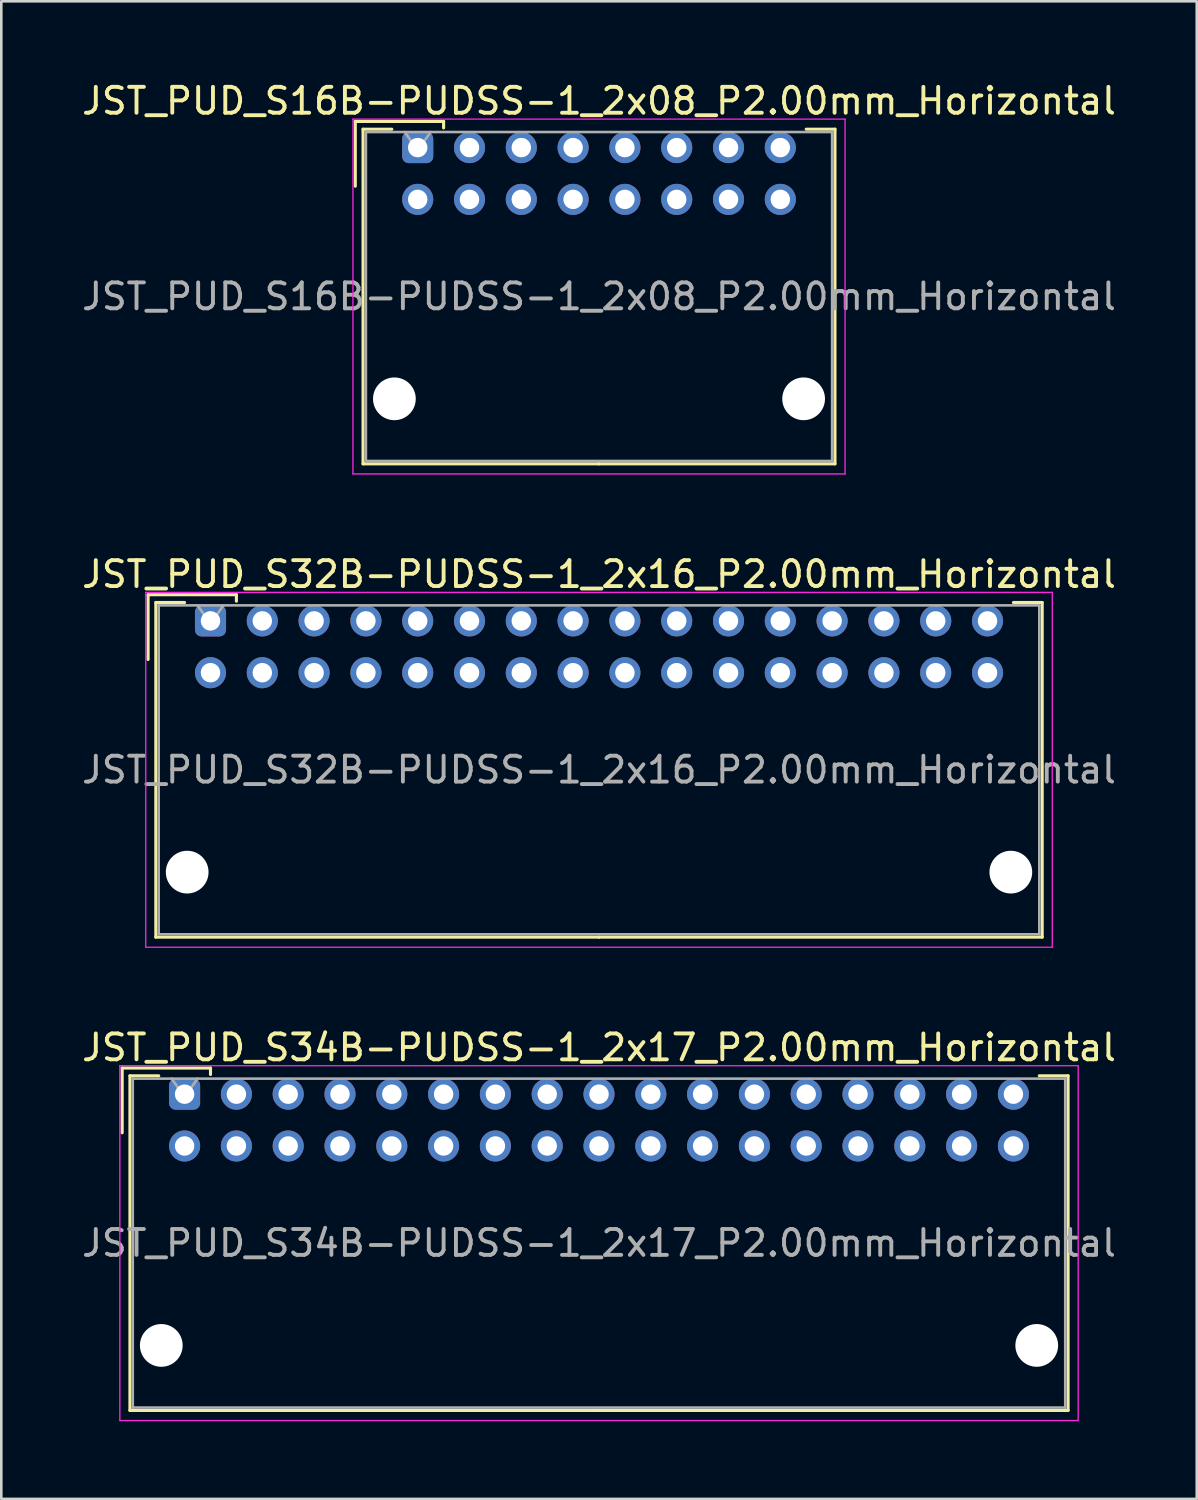
<source format=kicad_pcb>
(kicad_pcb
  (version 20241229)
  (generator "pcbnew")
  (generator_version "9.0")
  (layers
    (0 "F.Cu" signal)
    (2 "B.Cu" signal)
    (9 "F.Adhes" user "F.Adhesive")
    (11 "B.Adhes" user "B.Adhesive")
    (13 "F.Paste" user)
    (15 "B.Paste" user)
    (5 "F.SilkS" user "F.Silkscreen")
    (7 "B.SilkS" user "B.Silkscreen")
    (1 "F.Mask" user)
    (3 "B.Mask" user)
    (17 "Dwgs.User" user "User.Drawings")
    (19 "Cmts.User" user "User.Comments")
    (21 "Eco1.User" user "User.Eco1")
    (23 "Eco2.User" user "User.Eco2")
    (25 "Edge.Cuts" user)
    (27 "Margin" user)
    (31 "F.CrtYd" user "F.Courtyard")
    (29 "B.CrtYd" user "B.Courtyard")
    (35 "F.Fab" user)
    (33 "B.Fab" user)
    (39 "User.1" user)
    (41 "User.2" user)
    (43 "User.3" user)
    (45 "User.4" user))
  (footprint "JST_PUD_S34B-PUDSS-1_2x17_P2.00mm_Horizontal"
    (layer "F.Cu")
    (at 4.077 39.195)
    (property "Reference" "JST_PUD_S34B-PUDSS-1_2x17_P2.00mm_Horizontal" (at 16 -1.8 0) (layer "F.SilkS") (effects (font (size 1 1) (thickness 0.15))))
    (attr through_hole)
    (fp_line (start -2.41 -1.01) (end -2.41 1.49) (stroke (width 0.12) (type solid)) (layer "F.SilkS"))
    (fp_line (start -2.11 -0.71) (end -2.11 12.21) (stroke (width 0.12) (type solid)) (layer "F.SilkS"))
    (fp_line (start -2.11 12.21) (end 16 12.21) (stroke (width 0.12) (type solid)) (layer "F.SilkS"))
    (fp_line (start -1 -0.71) (end -2.11 -0.71) (stroke (width 0.12) (type solid)) (layer "F.SilkS"))
    (fp_line (start 1 -1.01) (end -2.41 -1.01) (stroke (width 0.12) (type solid)) (layer "F.SilkS"))
    (fp_line (start 1 -0.76) (end 1 -1.01) (stroke (width 0.12) (type solid)) (layer "F.SilkS"))
    (fp_line (start 33 -0.71) (end 34.11 -0.71) (stroke (width 0.12) (type solid)) (layer "F.SilkS"))
    (fp_line (start 34.11 -0.71) (end 34.11 12.21) (stroke (width 0.12) (type solid)) (layer "F.SilkS"))
    (fp_line (start 34.11 12.21) (end 16 12.21) (stroke (width 0.12) (type solid)) (layer "F.SilkS"))
    (fp_line (start -2.5 -1.1) (end -2.5 12.6) (stroke (width 0.05) (type solid)) (layer "F.CrtYd"))
    (fp_line (start -2.5 12.6) (end 34.5 12.6) (stroke (width 0.05) (type solid)) (layer "F.CrtYd"))
    (fp_line (start 34.5 -1.1) (end -2.5 -1.1) (stroke (width 0.05) (type solid)) (layer "F.CrtYd"))
    (fp_line (start 34.5 12.6) (end 34.5 -1.1) (stroke (width 0.05) (type solid)) (layer "F.CrtYd"))
    (fp_line (start -2 -0.6) (end -2 12.1) (stroke (width 0.1) (type solid)) (layer "F.Fab"))
    (fp_line (start -2 12.1) (end 34 12.1) (stroke (width 0.1) (type solid)) (layer "F.Fab"))
    (fp_line (start 0 0.107) (end -0.5 -0.6) (stroke (width 0.1) (type solid)) (layer "F.Fab"))
    (fp_line (start 0.5 -0.6) (end 0 0.107) (stroke (width 0.1) (type solid)) (layer "F.Fab"))
    (fp_line (start 34 -0.6) (end -2 -0.6) (stroke (width 0.1) (type solid)) (layer "F.Fab"))
    (fp_line (start 34 12.1) (end 34 -0.6) (stroke (width 0.1) (type solid)) (layer "F.Fab"))
    (fp_text user "${REFERENCE}" (at 16 5.75 0) (layer "F.Fab") (effects (font (size 1 1) (thickness 0.15))))
    (pad "" np_thru_hole circle (at -0.9 9.7) (size 1.65 1.65) (drill 1.65) (layers "*.Cu" "*.Mask"))
    (pad "" np_thru_hole circle (at 32.9 9.7) (size 1.65 1.65) (drill 1.65) (layers "*.Cu" "*.Mask"))
    (pad "1" thru_hole roundrect (at 0 0) (size 1.2 1.2) (drill 0.75) (layers "*.Cu" "*.Mask") (roundrect_rratio 0.208))
    (pad "2" thru_hole circle (at 0 2) (size 1.2 1.2) (drill 0.75) (layers "*.Cu" "*.Mask"))
    (pad "3" thru_hole circle (at 2 0) (size 1.2 1.2) (drill 0.75) (layers "*.Cu" "*.Mask"))
    (pad "4" thru_hole circle (at 2 2) (size 1.2 1.2) (drill 0.75) (layers "*.Cu" "*.Mask"))
    (pad "5" thru_hole circle (at 4 0) (size 1.2 1.2) (drill 0.75) (layers "*.Cu" "*.Mask"))
    (pad "6" thru_hole circle (at 4 2) (size 1.2 1.2) (drill 0.75) (layers "*.Cu" "*.Mask"))
    (pad "7" thru_hole circle (at 6 0) (size 1.2 1.2) (drill 0.75) (layers "*.Cu" "*.Mask"))
    (pad "8" thru_hole circle (at 6 2) (size 1.2 1.2) (drill 0.75) (layers "*.Cu" "*.Mask"))
    (pad "9" thru_hole circle (at 8 0) (size 1.2 1.2) (drill 0.75) (layers "*.Cu" "*.Mask"))
    (pad "10" thru_hole circle (at 8 2) (size 1.2 1.2) (drill 0.75) (layers "*.Cu" "*.Mask"))
    (pad "11" thru_hole circle (at 10 0) (size 1.2 1.2) (drill 0.75) (layers "*.Cu" "*.Mask"))
    (pad "12" thru_hole circle (at 10 2) (size 1.2 1.2) (drill 0.75) (layers "*.Cu" "*.Mask"))
    (pad "13" thru_hole circle (at 12 0) (size 1.2 1.2) (drill 0.75) (layers "*.Cu" "*.Mask"))
    (pad "14" thru_hole circle (at 12 2) (size 1.2 1.2) (drill 0.75) (layers "*.Cu" "*.Mask"))
    (pad "15" thru_hole circle (at 14 0) (size 1.2 1.2) (drill 0.75) (layers "*.Cu" "*.Mask"))
    (pad "16" thru_hole circle (at 14 2) (size 1.2 1.2) (drill 0.75) (layers "*.Cu" "*.Mask"))
    (pad "17" thru_hole circle (at 16 0) (size 1.2 1.2) (drill 0.75) (layers "*.Cu" "*.Mask"))
    (pad "18" thru_hole circle (at 16 2) (size 1.2 1.2) (drill 0.75) (layers "*.Cu" "*.Mask"))
    (pad "19" thru_hole circle (at 18 0) (size 1.2 1.2) (drill 0.75) (layers "*.Cu" "*.Mask"))
    (pad "20" thru_hole circle (at 18 2) (size 1.2 1.2) (drill 0.75) (layers "*.Cu" "*.Mask"))
    (pad "21" thru_hole circle (at 20 0) (size 1.2 1.2) (drill 0.75) (layers "*.Cu" "*.Mask"))
    (pad "22" thru_hole circle (at 20 2) (size 1.2 1.2) (drill 0.75) (layers "*.Cu" "*.Mask"))
    (pad "23" thru_hole circle (at 22 0) (size 1.2 1.2) (drill 0.75) (layers "*.Cu" "*.Mask"))
    (pad "24" thru_hole circle (at 22 2) (size 1.2 1.2) (drill 0.75) (layers "*.Cu" "*.Mask"))
    (pad "25" thru_hole circle (at 24 0) (size 1.2 1.2) (drill 0.75) (layers "*.Cu" "*.Mask"))
    (pad "26" thru_hole circle (at 24 2) (size 1.2 1.2) (drill 0.75) (layers "*.Cu" "*.Mask"))
    (pad "27" thru_hole circle (at 26 0) (size 1.2 1.2) (drill 0.75) (layers "*.Cu" "*.Mask"))
    (pad "28" thru_hole circle (at 26 2) (size 1.2 1.2) (drill 0.75) (layers "*.Cu" "*.Mask"))
    (pad "29" thru_hole circle (at 28 0) (size 1.2 1.2) (drill 0.75) (layers "*.Cu" "*.Mask"))
    (pad "30" thru_hole circle (at 28 2) (size 1.2 1.2) (drill 0.75) (layers "*.Cu" "*.Mask"))
    (pad "31" thru_hole circle (at 30 0) (size 1.2 1.2) (drill 0.75) (layers "*.Cu" "*.Mask"))
    (pad "32" thru_hole circle (at 30 2) (size 1.2 1.2) (drill 0.75) (layers "*.Cu" "*.Mask"))
    (pad "33" thru_hole circle (at 32 0) (size 1.2 1.2) (drill 0.75) (layers "*.Cu" "*.Mask"))
    (pad "34" thru_hole circle (at 32 2) (size 1.2 1.2) (drill 0.75) (layers "*.Cu" "*.Mask")))
  (footprint "JST_PUD_S32B-PUDSS-1_2x16_P2.00mm_Horizontal"
    (layer "F.Cu")
    (at 5.077 20.922)
    (property "Reference" "JST_PUD_S32B-PUDSS-1_2x16_P2.00mm_Horizontal" (at 15 -1.8 0) (layer "F.SilkS") (effects (font (size 1 1) (thickness 0.15))))
    (attr through_hole)
    (fp_line (start -2.41 -1.01) (end -2.41 1.49) (stroke (width 0.12) (type solid)) (layer "F.SilkS"))
    (fp_line (start -2.11 -0.71) (end -2.11 12.21) (stroke (width 0.12) (type solid)) (layer "F.SilkS"))
    (fp_line (start -2.11 12.21) (end 15 12.21) (stroke (width 0.12) (type solid)) (layer "F.SilkS"))
    (fp_line (start -1 -0.71) (end -2.11 -0.71) (stroke (width 0.12) (type solid)) (layer "F.SilkS"))
    (fp_line (start 1 -1.01) (end -2.41 -1.01) (stroke (width 0.12) (type solid)) (layer "F.SilkS"))
    (fp_line (start 1 -0.76) (end 1 -1.01) (stroke (width 0.12) (type solid)) (layer "F.SilkS"))
    (fp_line (start 31 -0.71) (end 32.11 -0.71) (stroke (width 0.12) (type solid)) (layer "F.SilkS"))
    (fp_line (start 32.11 -0.71) (end 32.11 12.21) (stroke (width 0.12) (type solid)) (layer "F.SilkS"))
    (fp_line (start 32.11 12.21) (end 15 12.21) (stroke (width 0.12) (type solid)) (layer "F.SilkS"))
    (fp_line (start -2.5 -1.1) (end -2.5 12.6) (stroke (width 0.05) (type solid)) (layer "F.CrtYd"))
    (fp_line (start -2.5 12.6) (end 32.5 12.6) (stroke (width 0.05) (type solid)) (layer "F.CrtYd"))
    (fp_line (start 32.5 -1.1) (end -2.5 -1.1) (stroke (width 0.05) (type solid)) (layer "F.CrtYd"))
    (fp_line (start 32.5 12.6) (end 32.5 -1.1) (stroke (width 0.05) (type solid)) (layer "F.CrtYd"))
    (fp_line (start -2 -0.6) (end -2 12.1) (stroke (width 0.1) (type solid)) (layer "F.Fab"))
    (fp_line (start -2 12.1) (end 32 12.1) (stroke (width 0.1) (type solid)) (layer "F.Fab"))
    (fp_line (start 0 0.107) (end -0.5 -0.6) (stroke (width 0.1) (type solid)) (layer "F.Fab"))
    (fp_line (start 0.5 -0.6) (end 0 0.107) (stroke (width 0.1) (type solid)) (layer "F.Fab"))
    (fp_line (start 32 -0.6) (end -2 -0.6) (stroke (width 0.1) (type solid)) (layer "F.Fab"))
    (fp_line (start 32 12.1) (end 32 -0.6) (stroke (width 0.1) (type solid)) (layer "F.Fab"))
    (fp_text user "${REFERENCE}" (at 15 5.75 0) (layer "F.Fab") (effects (font (size 1 1) (thickness 0.15))))
    (pad "" np_thru_hole circle (at -0.9 9.7) (size 1.65 1.65) (drill 1.65) (layers "*.Cu" "*.Mask"))
    (pad "" np_thru_hole circle (at 30.9 9.7) (size 1.65 1.65) (drill 1.65) (layers "*.Cu" "*.Mask"))
    (pad "1" thru_hole roundrect (at 0 0) (size 1.2 1.2) (drill 0.75) (layers "*.Cu" "*.Mask") (roundrect_rratio 0.208))
    (pad "2" thru_hole circle (at 0 2) (size 1.2 1.2) (drill 0.75) (layers "*.Cu" "*.Mask"))
    (pad "3" thru_hole circle (at 2 0) (size 1.2 1.2) (drill 0.75) (layers "*.Cu" "*.Mask"))
    (pad "4" thru_hole circle (at 2 2) (size 1.2 1.2) (drill 0.75) (layers "*.Cu" "*.Mask"))
    (pad "5" thru_hole circle (at 4 0) (size 1.2 1.2) (drill 0.75) (layers "*.Cu" "*.Mask"))
    (pad "6" thru_hole circle (at 4 2) (size 1.2 1.2) (drill 0.75) (layers "*.Cu" "*.Mask"))
    (pad "7" thru_hole circle (at 6 0) (size 1.2 1.2) (drill 0.75) (layers "*.Cu" "*.Mask"))
    (pad "8" thru_hole circle (at 6 2) (size 1.2 1.2) (drill 0.75) (layers "*.Cu" "*.Mask"))
    (pad "9" thru_hole circle (at 8 0) (size 1.2 1.2) (drill 0.75) (layers "*.Cu" "*.Mask"))
    (pad "10" thru_hole circle (at 8 2) (size 1.2 1.2) (drill 0.75) (layers "*.Cu" "*.Mask"))
    (pad "11" thru_hole circle (at 10 0) (size 1.2 1.2) (drill 0.75) (layers "*.Cu" "*.Mask"))
    (pad "12" thru_hole circle (at 10 2) (size 1.2 1.2) (drill 0.75) (layers "*.Cu" "*.Mask"))
    (pad "13" thru_hole circle (at 12 0) (size 1.2 1.2) (drill 0.75) (layers "*.Cu" "*.Mask"))
    (pad "14" thru_hole circle (at 12 2) (size 1.2 1.2) (drill 0.75) (layers "*.Cu" "*.Mask"))
    (pad "15" thru_hole circle (at 14 0) (size 1.2 1.2) (drill 0.75) (layers "*.Cu" "*.Mask"))
    (pad "16" thru_hole circle (at 14 2) (size 1.2 1.2) (drill 0.75) (layers "*.Cu" "*.Mask"))
    (pad "17" thru_hole circle (at 16 0) (size 1.2 1.2) (drill 0.75) (layers "*.Cu" "*.Mask"))
    (pad "18" thru_hole circle (at 16 2) (size 1.2 1.2) (drill 0.75) (layers "*.Cu" "*.Mask"))
    (pad "19" thru_hole circle (at 18 0) (size 1.2 1.2) (drill 0.75) (layers "*.Cu" "*.Mask"))
    (pad "20" thru_hole circle (at 18 2) (size 1.2 1.2) (drill 0.75) (layers "*.Cu" "*.Mask"))
    (pad "21" thru_hole circle (at 20 0) (size 1.2 1.2) (drill 0.75) (layers "*.Cu" "*.Mask"))
    (pad "22" thru_hole circle (at 20 2) (size 1.2 1.2) (drill 0.75) (layers "*.Cu" "*.Mask"))
    (pad "23" thru_hole circle (at 22 0) (size 1.2 1.2) (drill 0.75) (layers "*.Cu" "*.Mask"))
    (pad "24" thru_hole circle (at 22 2) (size 1.2 1.2) (drill 0.75) (layers "*.Cu" "*.Mask"))
    (pad "25" thru_hole circle (at 24 0) (size 1.2 1.2) (drill 0.75) (layers "*.Cu" "*.Mask"))
    (pad "26" thru_hole circle (at 24 2) (size 1.2 1.2) (drill 0.75) (layers "*.Cu" "*.Mask"))
    (pad "27" thru_hole circle (at 26 0) (size 1.2 1.2) (drill 0.75) (layers "*.Cu" "*.Mask"))
    (pad "28" thru_hole circle (at 26 2) (size 1.2 1.2) (drill 0.75) (layers "*.Cu" "*.Mask"))
    (pad "29" thru_hole circle (at 28 0) (size 1.2 1.2) (drill 0.75) (layers "*.Cu" "*.Mask"))
    (pad "30" thru_hole circle (at 28 2) (size 1.2 1.2) (drill 0.75) (layers "*.Cu" "*.Mask"))
    (pad "31" thru_hole circle (at 30 0) (size 1.2 1.2) (drill 0.75) (layers "*.Cu" "*.Mask"))
    (pad "32" thru_hole circle (at 30 2) (size 1.2 1.2) (drill 0.75) (layers "*.Cu" "*.Mask")))
  (footprint "JST_PUD_S16B-PUDSS-1_2x08_P2.00mm_Horizontal"
    (layer "F.Cu")
    (at 13.077 2.648)
    (property "Reference" "JST_PUD_S16B-PUDSS-1_2x08_P2.00mm_Horizontal" (at 7 -1.8 0) (layer "F.SilkS") (effects (font (size 1 1) (thickness 0.15))))
    (attr through_hole)
    (fp_line (start -2.41 -1.01) (end -2.41 1.49) (stroke (width 0.12) (type solid)) (layer "F.SilkS"))
    (fp_line (start -2.11 -0.71) (end -2.11 12.21) (stroke (width 0.12) (type solid)) (layer "F.SilkS"))
    (fp_line (start -2.11 12.21) (end 7 12.21) (stroke (width 0.12) (type solid)) (layer "F.SilkS"))
    (fp_line (start -1 -0.71) (end -2.11 -0.71) (stroke (width 0.12) (type solid)) (layer "F.SilkS"))
    (fp_line (start 1 -1.01) (end -2.41 -1.01) (stroke (width 0.12) (type solid)) (layer "F.SilkS"))
    (fp_line (start 1 -0.76) (end 1 -1.01) (stroke (width 0.12) (type solid)) (layer "F.SilkS"))
    (fp_line (start 15 -0.71) (end 16.11 -0.71) (stroke (width 0.12) (type solid)) (layer "F.SilkS"))
    (fp_line (start 16.11 -0.71) (end 16.11 12.21) (stroke (width 0.12) (type solid)) (layer "F.SilkS"))
    (fp_line (start 16.11 12.21) (end 7 12.21) (stroke (width 0.12) (type solid)) (layer "F.SilkS"))
    (fp_line (start -2.5 -1.1) (end -2.5 12.6) (stroke (width 0.05) (type solid)) (layer "F.CrtYd"))
    (fp_line (start -2.5 12.6) (end 16.5 12.6) (stroke (width 0.05) (type solid)) (layer "F.CrtYd"))
    (fp_line (start 16.5 -1.1) (end -2.5 -1.1) (stroke (width 0.05) (type solid)) (layer "F.CrtYd"))
    (fp_line (start 16.5 12.6) (end 16.5 -1.1) (stroke (width 0.05) (type solid)) (layer "F.CrtYd"))
    (fp_line (start -2 -0.6) (end -2 12.1) (stroke (width 0.1) (type solid)) (layer "F.Fab"))
    (fp_line (start -2 12.1) (end 16 12.1) (stroke (width 0.1) (type solid)) (layer "F.Fab"))
    (fp_line (start 0 0.107) (end -0.5 -0.6) (stroke (width 0.1) (type solid)) (layer "F.Fab"))
    (fp_line (start 0.5 -0.6) (end 0 0.107) (stroke (width 0.1) (type solid)) (layer "F.Fab"))
    (fp_line (start 16 -0.6) (end -2 -0.6) (stroke (width 0.1) (type solid)) (layer "F.Fab"))
    (fp_line (start 16 12.1) (end 16 -0.6) (stroke (width 0.1) (type solid)) (layer "F.Fab"))
    (fp_text user "${REFERENCE}" (at 7 5.75 0) (layer "F.Fab") (effects (font (size 1 1) (thickness 0.15))))
    (pad "" np_thru_hole circle (at -0.9 9.7) (size 1.65 1.65) (drill 1.65) (layers "*.Cu" "*.Mask"))
    (pad "" np_thru_hole circle (at 14.9 9.7) (size 1.65 1.65) (drill 1.65) (layers "*.Cu" "*.Mask"))
    (pad "1" thru_hole roundrect (at 0 0) (size 1.2 1.2) (drill 0.75) (layers "*.Cu" "*.Mask") (roundrect_rratio 0.208))
    (pad "2" thru_hole circle (at 0 2) (size 1.2 1.2) (drill 0.75) (layers "*.Cu" "*.Mask"))
    (pad "3" thru_hole circle (at 2 0) (size 1.2 1.2) (drill 0.75) (layers "*.Cu" "*.Mask"))
    (pad "4" thru_hole circle (at 2 2) (size 1.2 1.2) (drill 0.75) (layers "*.Cu" "*.Mask"))
    (pad "5" thru_hole circle (at 4 0) (size 1.2 1.2) (drill 0.75) (layers "*.Cu" "*.Mask"))
    (pad "6" thru_hole circle (at 4 2) (size 1.2 1.2) (drill 0.75) (layers "*.Cu" "*.Mask"))
    (pad "7" thru_hole circle (at 6 0) (size 1.2 1.2) (drill 0.75) (layers "*.Cu" "*.Mask"))
    (pad "8" thru_hole circle (at 6 2) (size 1.2 1.2) (drill 0.75) (layers "*.Cu" "*.Mask"))
    (pad "9" thru_hole circle (at 8 0) (size 1.2 1.2) (drill 0.75) (layers "*.Cu" "*.Mask"))
    (pad "10" thru_hole circle (at 8 2) (size 1.2 1.2) (drill 0.75) (layers "*.Cu" "*.Mask"))
    (pad "11" thru_hole circle (at 10 0) (size 1.2 1.2) (drill 0.75) (layers "*.Cu" "*.Mask"))
    (pad "12" thru_hole circle (at 10 2) (size 1.2 1.2) (drill 0.75) (layers "*.Cu" "*.Mask"))
    (pad "13" thru_hole circle (at 12 0) (size 1.2 1.2) (drill 0.75) (layers "*.Cu" "*.Mask"))
    (pad "14" thru_hole circle (at 12 2) (size 1.2 1.2) (drill 0.75) (layers "*.Cu" "*.Mask"))
    (pad "15" thru_hole circle (at 14 0) (size 1.2 1.2) (drill 0.75) (layers "*.Cu" "*.Mask"))
    (pad "16" thru_hole circle (at 14 2) (size 1.2 1.2) (drill 0.75) (layers "*.Cu" "*.Mask")))
  (gr_rect
    (start -3 -3)
    (end 43.155 54.82)
    (stroke (width 0.1) (type default))
    (fill no)
    (layer "Edge.Cuts")))
</source>
